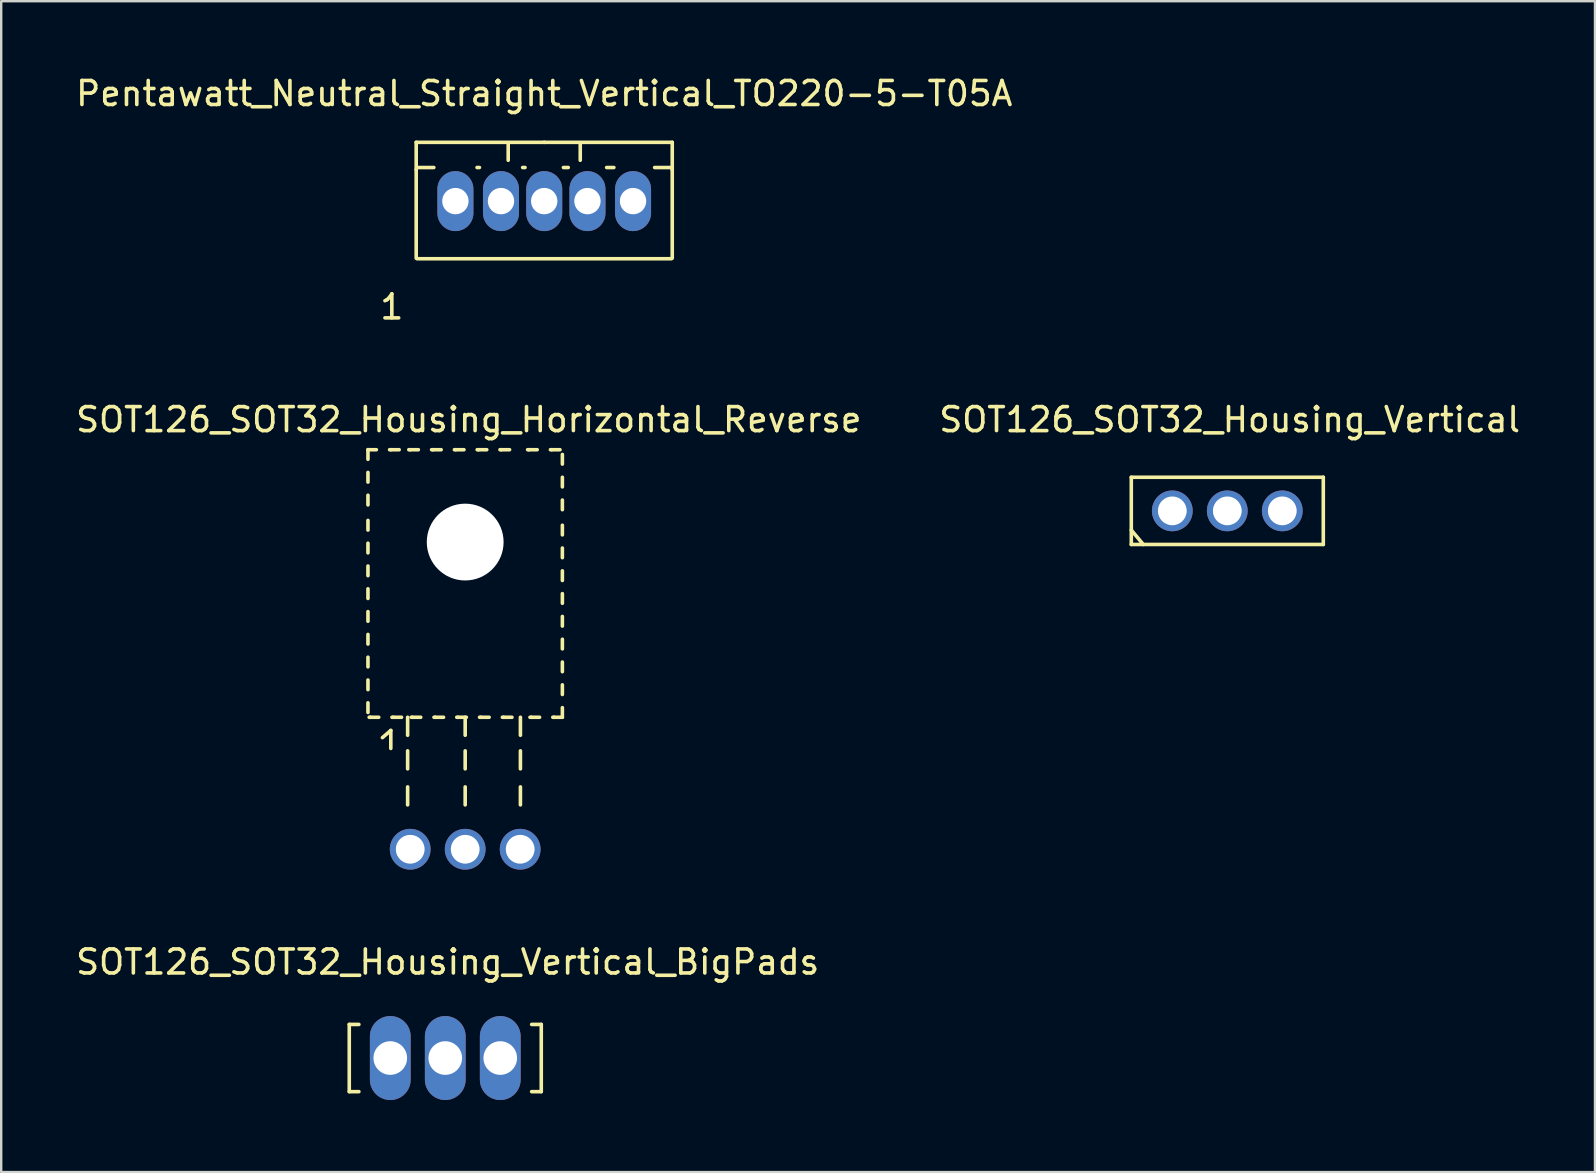
<source format=kicad_pcb>
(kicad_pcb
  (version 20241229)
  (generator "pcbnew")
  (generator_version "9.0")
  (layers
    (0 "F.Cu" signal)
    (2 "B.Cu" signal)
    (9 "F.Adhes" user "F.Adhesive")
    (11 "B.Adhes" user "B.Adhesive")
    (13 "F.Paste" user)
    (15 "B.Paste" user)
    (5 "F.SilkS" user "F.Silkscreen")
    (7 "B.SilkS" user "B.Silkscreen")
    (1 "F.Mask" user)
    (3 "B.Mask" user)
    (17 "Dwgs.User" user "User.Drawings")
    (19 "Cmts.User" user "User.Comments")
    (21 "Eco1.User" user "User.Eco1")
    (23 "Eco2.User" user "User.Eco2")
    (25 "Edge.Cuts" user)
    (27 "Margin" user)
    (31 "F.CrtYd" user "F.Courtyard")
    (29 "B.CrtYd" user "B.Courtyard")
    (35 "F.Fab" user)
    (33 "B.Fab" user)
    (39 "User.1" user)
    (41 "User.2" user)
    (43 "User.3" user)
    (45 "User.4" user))
  (footprint "Pentawatt_Neutral_Straight_Vertical_TO220-5-T05A"
    (layer "F.Cu")
    (at 19.625 5.928)
    (property "Reference" "Pentawatt_Neutral_Straight_Vertical_TO220-5-T05A" (at 0 -5.08 0) (layer "F.SilkS") (effects (font (size 1 1) (thickness 0.15))))
    (attr through_hole)
    (fp_line (start -5.334 -1.905) (end -5.334 -3.048) (stroke (width 0.15) (type solid)) (layer "F.SilkS"))
    (fp_line (start -5.334 1.778) (end -5.334 -1.905) (stroke (width 0.15) (type solid)) (layer "F.SilkS"))
    (fp_line (start -5.301 -1.999) (end -4.6 -1.999) (stroke (width 0.15) (type solid)) (layer "F.SilkS"))
    (fp_line (start -5.301 1.801) (end 5.301 1.801) (stroke (width 0.15) (type solid)) (layer "F.SilkS"))
    (fp_line (start -2.799 -1.999) (end -2.7 -1.999) (stroke (width 0.15) (type solid)) (layer "F.SilkS"))
    (fp_line (start -1.501 -3) (end -1.501 -2.301) (stroke (width 0.15) (type solid)) (layer "F.SilkS"))
    (fp_line (start -0.899 -1.999) (end -0.8 -1.999) (stroke (width 0.15) (type solid)) (layer "F.SilkS"))
    (fp_line (start 0 -3.048) (end -5.334 -3.048) (stroke (width 0.15) (type solid)) (layer "F.SilkS"))
    (fp_line (start 0 -3.048) (end 5.334 -3.048) (stroke (width 0.15) (type solid)) (layer "F.SilkS"))
    (fp_line (start 0.8 -1.999) (end 1.001 -1.999) (stroke (width 0.15) (type solid)) (layer "F.SilkS"))
    (fp_line (start 1.501 -3) (end 1.501 -2.301) (stroke (width 0.15) (type solid)) (layer "F.SilkS"))
    (fp_line (start 2.601 -1.999) (end 2.901 -1.999) (stroke (width 0.15) (type solid)) (layer "F.SilkS"))
    (fp_line (start 4.6 -1.999) (end 5.301 -1.999) (stroke (width 0.15) (type solid)) (layer "F.SilkS"))
    (fp_line (start 5.334 -3.048) (end 5.334 -1.905) (stroke (width 0.15) (type solid)) (layer "F.SilkS"))
    (fp_line (start 5.334 -1.905) (end 5.334 1.778) (stroke (width 0.15) (type solid)) (layer "F.SilkS"))
    (fp_text user "1" (at -6.35 3.81 0) (layer "F.SilkS") (effects (font (size 1 1) (thickness 0.15))))
    (pad "1" thru_hole oval (at -3.701 -0.599 90) (size 2.499 1.501) (drill 1.1) (layers "*.Cu" "*.Mask"))
    (pad "2" thru_hole oval (at -1.801 -0.599 90) (size 2.499 1.501) (drill 1.1) (layers "*.Cu" "*.Mask"))
    (pad "3" thru_hole oval (at 0 -0.599 90) (size 2.499 1.501) (drill 1.1) (layers "*.Cu" "*.Mask"))
    (pad "4" thru_hole oval (at 1.801 -0.599 90) (size 2.499 1.501) (drill 1.1) (layers "*.Cu" "*.Mask"))
    (pad "5" thru_hole oval (at 3.701 -0.599 90) (size 2.499 1.501) (drill 1.1) (layers "*.Cu" "*.Mask")))
  (footprint "SOT126_SOT32_Housing_Vertical_BigPads"
    (layer "F.Cu")
    (at 15.502 41.033)
    (property "Reference" "SOT126_SOT32_Housing_Vertical_BigPads" (at 0.099 -4 0) (layer "F.SilkS") (effects (font (size 1 1) (thickness 0.15))))
    (attr through_hole)
    (fp_line (start -4 -1.4) (end -4 1.4) (stroke (width 0.15) (type solid)) (layer "F.SilkS"))
    (fp_line (start -4 -1.4) (end -3.599 -1.4) (stroke (width 0.15) (type solid)) (layer "F.SilkS"))
    (fp_line (start -4 1.4) (end -3.599 1.4) (stroke (width 0.15) (type solid)) (layer "F.SilkS"))
    (fp_line (start 4 -1.4) (end 3.599 -1.4) (stroke (width 0.15) (type solid)) (layer "F.SilkS"))
    (fp_line (start 4 -1.4) (end 4 1.4) (stroke (width 0.15) (type solid)) (layer "F.SilkS"))
    (fp_line (start 4 1.4) (end 3.599 1.4) (stroke (width 0.15) (type solid)) (layer "F.SilkS"))
    (pad "1" thru_hole oval (at -2.291 0) (size 1.699 3.5) (drill 1.4) (layers "*.Cu" "*.Mask"))
    (pad "2" thru_hole oval (at 0 0) (size 1.699 3.5) (drill 1.4) (layers "*.Cu" "*.Mask"))
    (pad "3" thru_hole oval (at 2.291 0) (size 1.699 3.5) (drill 1.4) (layers "*.Cu" "*.Mask")))
  (footprint "SOT126_SOT32_Housing_Vertical"
    (layer "F.Cu")
    (at 48.085 18.235)
    (property "Reference" "SOT126_SOT32_Housing_Vertical" (at 0.099 -3.8 0) (layer "F.SilkS") (effects (font (size 1 1) (thickness 0.15))))
    (attr through_hole)
    (fp_line (start -4 -1.4) (end -4 1.4) (stroke (width 0.15) (type solid)) (layer "F.SilkS"))
    (fp_line (start -4 -1.4) (end 4 -1.4) (stroke (width 0.15) (type solid)) (layer "F.SilkS"))
    (fp_line (start -4 0.8) (end -3.5 1.4) (stroke (width 0.15) (type solid)) (layer "F.SilkS"))
    (fp_line (start -4 1.4) (end 4 1.4) (stroke (width 0.15) (type solid)) (layer "F.SilkS"))
    (fp_line (start 4 -1.4) (end 4 1.4) (stroke (width 0.15) (type solid)) (layer "F.SilkS"))
    (pad "1" thru_hole circle (at -2.291 0) (size 1.699 1.699) (drill 1.199) (layers "*.Cu" "*.Mask"))
    (pad "2" thru_hole circle (at 0 0) (size 1.699 1.699) (drill 1.199) (layers "*.Cu" "*.Mask"))
    (pad "3" thru_hole circle (at 2.291 0) (size 1.699 1.699) (drill 1.199) (layers "*.Cu" "*.Mask")))
  (footprint "SOT126_SOT32_Housing_Horizontal_Reverse"
    (layer "F.Cu")
    (at 16.332 32.334)
    (property "Reference" "SOT126_SOT32_Housing_Horizontal_Reverse" (at 0.15 -17.899 0) (layer "F.SilkS") (effects (font (size 1 1) (thickness 0.15))))
    (attr through_hole)
    (fp_line (start -4.051 -16.248) (end -4.051 -16.65) (stroke (width 0.15) (type solid)) (layer "F.SilkS"))
    (fp_line (start -4.051 -15.298) (end -4.051 -15.7) (stroke (width 0.15) (type solid)) (layer "F.SilkS"))
    (fp_line (start -4.051 -14.348) (end -4.051 -14.75) (stroke (width 0.15) (type solid)) (layer "F.SilkS"))
    (fp_line (start -4.051 -13.299) (end -4.051 -13.701) (stroke (width 0.15) (type solid)) (layer "F.SilkS"))
    (fp_line (start -4.051 -12.349) (end -4.051 -12.751) (stroke (width 0.15) (type solid)) (layer "F.SilkS"))
    (fp_line (start -4.051 -11.4) (end -4.051 -11.801) (stroke (width 0.15) (type solid)) (layer "F.SilkS"))
    (fp_line (start -4.051 -10.45) (end -4.051 -10.851) (stroke (width 0.15) (type solid)) (layer "F.SilkS"))
    (fp_line (start -4.051 -9.5) (end -4.051 -9.901) (stroke (width 0.15) (type solid)) (layer "F.SilkS"))
    (fp_line (start -4.051 -8.55) (end -4.051 -8.951) (stroke (width 0.15) (type solid)) (layer "F.SilkS"))
    (fp_line (start -4.051 -7.6) (end -4.051 -8.001) (stroke (width 0.15) (type solid)) (layer "F.SilkS"))
    (fp_line (start -4.051 -6.65) (end -4.051 -7.051) (stroke (width 0.15) (type solid)) (layer "F.SilkS"))
    (fp_line (start -4.051 -5.7) (end -4.051 -6.101) (stroke (width 0.15) (type solid)) (layer "F.SilkS"))
    (fp_line (start -3.95 -5.499) (end -4 -5.499) (stroke (width 0.15) (type solid)) (layer "F.SilkS"))
    (fp_line (start -3.701 -16.647) (end -4.049 -16.647) (stroke (width 0.15) (type solid)) (layer "F.SilkS"))
    (fp_line (start -3.602 -5.499) (end -3.95 -5.499) (stroke (width 0.15) (type solid)) (layer "F.SilkS"))
    (fp_line (start -3.449 -4.651) (end -3.099 -4.95) (stroke (width 0.15) (type solid)) (layer "F.SilkS"))
    (fp_line (start -3.099 -16.647) (end -3.15 -16.647) (stroke (width 0.15) (type solid)) (layer "F.SilkS"))
    (fp_line (start -3.099 -4.95) (end -3.099 -4.201) (stroke (width 0.15) (type solid)) (layer "F.SilkS"))
    (fp_line (start -3 -5.499) (end -3.051 -5.499) (stroke (width 0.15) (type solid)) (layer "F.SilkS"))
    (fp_line (start -2.751 -16.647) (end -3.099 -16.647) (stroke (width 0.15) (type solid)) (layer "F.SilkS"))
    (fp_line (start -2.652 -5.499) (end -3 -5.499) (stroke (width 0.15) (type solid)) (layer "F.SilkS"))
    (fp_line (start -2.398 -5.499) (end -2.398 -4.75) (stroke (width 0.15) (type solid)) (layer "F.SilkS"))
    (fp_line (start -2.398 -4.1) (end -2.398 -3.35) (stroke (width 0.15) (type solid)) (layer "F.SilkS"))
    (fp_line (start -2.398 -2.598) (end -2.398 -1.849) (stroke (width 0.15) (type solid)) (layer "F.SilkS"))
    (fp_line (start -2.299 -16.647) (end -2.349 -16.647) (stroke (width 0.15) (type solid)) (layer "F.SilkS"))
    (fp_line (start -2.2 -5.499) (end -2.25 -5.499) (stroke (width 0.15) (type solid)) (layer "F.SilkS"))
    (fp_line (start -1.951 -16.647) (end -2.299 -16.647) (stroke (width 0.15) (type solid)) (layer "F.SilkS"))
    (fp_line (start -1.852 -5.499) (end -2.2 -5.499) (stroke (width 0.15) (type solid)) (layer "F.SilkS"))
    (fp_line (start -1.349 -16.647) (end -1.4 -16.647) (stroke (width 0.15) (type solid)) (layer "F.SilkS"))
    (fp_line (start -1.25 -5.499) (end -1.3 -5.499) (stroke (width 0.15) (type solid)) (layer "F.SilkS"))
    (fp_line (start -1.001 -16.647) (end -1.349 -16.647) (stroke (width 0.15) (type solid)) (layer "F.SilkS"))
    (fp_line (start -0.902 -5.499) (end -1.25 -5.499) (stroke (width 0.15) (type solid)) (layer "F.SilkS"))
    (fp_line (start -0.399 -16.647) (end -0.45 -16.647) (stroke (width 0.15) (type solid)) (layer "F.SilkS"))
    (fp_line (start -0.3 -5.499) (end -0.351 -5.499) (stroke (width 0.15) (type solid)) (layer "F.SilkS"))
    (fp_line (start -0.051 -16.647) (end -0.399 -16.647) (stroke (width 0.15) (type solid)) (layer "F.SilkS"))
    (fp_line (start 0 -5.499) (end 0 -4.75) (stroke (width 0.15) (type solid)) (layer "F.SilkS"))
    (fp_line (start 0 -4.1) (end 0 -3.35) (stroke (width 0.15) (type solid)) (layer "F.SilkS"))
    (fp_line (start 0 -2.598) (end 0 -1.849) (stroke (width 0.15) (type solid)) (layer "F.SilkS"))
    (fp_line (start 0.048 -5.499) (end -0.3 -5.499) (stroke (width 0.15) (type solid)) (layer "F.SilkS"))
    (fp_line (start 0.551 -16.647) (end 0.5 -16.647) (stroke (width 0.15) (type solid)) (layer "F.SilkS"))
    (fp_line (start 0.65 -5.499) (end 0.599 -5.499) (stroke (width 0.15) (type solid)) (layer "F.SilkS"))
    (fp_line (start 0.899 -16.647) (end 0.551 -16.647) (stroke (width 0.15) (type solid)) (layer "F.SilkS"))
    (fp_line (start 0.998 -5.499) (end 0.65 -5.499) (stroke (width 0.15) (type solid)) (layer "F.SilkS"))
    (fp_line (start 1.501 -16.647) (end 1.45 -16.647) (stroke (width 0.15) (type solid)) (layer "F.SilkS"))
    (fp_line (start 1.6 -5.499) (end 1.549 -5.499) (stroke (width 0.15) (type solid)) (layer "F.SilkS"))
    (fp_line (start 1.849 -16.647) (end 1.501 -16.647) (stroke (width 0.15) (type solid)) (layer "F.SilkS"))
    (fp_line (start 1.948 -5.499) (end 1.6 -5.499) (stroke (width 0.15) (type solid)) (layer "F.SilkS"))
    (fp_line (start 2.301 -5.499) (end 2.301 -4.75) (stroke (width 0.15) (type solid)) (layer "F.SilkS"))
    (fp_line (start 2.301 -4.1) (end 2.301 -3.35) (stroke (width 0.15) (type solid)) (layer "F.SilkS"))
    (fp_line (start 2.301 -2.598) (end 2.301 -1.849) (stroke (width 0.15) (type solid)) (layer "F.SilkS"))
    (fp_line (start 2.652 -16.647) (end 2.601 -16.647) (stroke (width 0.15) (type solid)) (layer "F.SilkS"))
    (fp_line (start 2.751 -5.499) (end 2.7 -5.499) (stroke (width 0.15) (type solid)) (layer "F.SilkS"))
    (fp_line (start 3 -16.647) (end 2.652 -16.647) (stroke (width 0.15) (type solid)) (layer "F.SilkS"))
    (fp_line (start 3.099 -5.499) (end 2.751 -5.499) (stroke (width 0.15) (type solid)) (layer "F.SilkS"))
    (fp_line (start 3.602 -16.647) (end 3.551 -16.647) (stroke (width 0.15) (type solid)) (layer "F.SilkS"))
    (fp_line (start 3.701 -5.499) (end 3.65 -5.499) (stroke (width 0.15) (type solid)) (layer "F.SilkS"))
    (fp_line (start 3.95 -16.647) (end 3.602 -16.647) (stroke (width 0.15) (type solid)) (layer "F.SilkS"))
    (fp_line (start 4.049 -16.048) (end 4.049 -16.449) (stroke (width 0.15) (type solid)) (layer "F.SilkS"))
    (fp_line (start 4.049 -15.098) (end 4.049 -15.499) (stroke (width 0.15) (type solid)) (layer "F.SilkS"))
    (fp_line (start 4.049 -14.148) (end 4.049 -14.549) (stroke (width 0.15) (type solid)) (layer "F.SilkS"))
    (fp_line (start 4.049 -13.099) (end 4.049 -13.5) (stroke (width 0.15) (type solid)) (layer "F.SilkS"))
    (fp_line (start 4.049 -12.149) (end 4.049 -12.55) (stroke (width 0.15) (type solid)) (layer "F.SilkS"))
    (fp_line (start 4.049 -11.199) (end 4.049 -11.6) (stroke (width 0.15) (type solid)) (layer "F.SilkS"))
    (fp_line (start 4.049 -10.249) (end 4.049 -10.65) (stroke (width 0.15) (type solid)) (layer "F.SilkS"))
    (fp_line (start 4.049 -9.299) (end 4.049 -9.7) (stroke (width 0.15) (type solid)) (layer "F.SilkS"))
    (fp_line (start 4.049 -8.349) (end 4.049 -8.75) (stroke (width 0.15) (type solid)) (layer "F.SilkS"))
    (fp_line (start 4.049 -7.399) (end 4.049 -7.8) (stroke (width 0.15) (type solid)) (layer "F.SilkS"))
    (fp_line (start 4.049 -6.449) (end 4.049 -6.85) (stroke (width 0.15) (type solid)) (layer "F.SilkS"))
    (fp_line (start 4.049 -5.499) (end 3.701 -5.499) (stroke (width 0.15) (type solid)) (layer "F.SilkS"))
    (fp_line (start 4.049 -5.499) (end 4.049 -5.9) (stroke (width 0.15) (type solid)) (layer "F.SilkS"))
    (pad "" np_thru_hole circle (at 0 -12.799) (size 3.2 3.2) (drill 3.2) (layers "*.Cu" "*.Mask"))
    (pad "1" thru_hole circle (at -2.291 0) (size 1.699 1.699) (drill 1.199) (layers "*.Cu" "*.Mask"))
    (pad "2" thru_hole circle (at 0 0) (size 1.699 1.699) (drill 1.199) (layers "*.Cu" "*.Mask"))
    (pad "3" thru_hole circle (at 2.291 0) (size 1.699 1.699) (drill 1.199) (layers "*.Cu" "*.Mask")))
  (gr_rect
    (start -3 -3)
    (end 63.405 45.783)
    (stroke (width 0.1) (type default))
    (fill no)
    (layer "Edge.Cuts")))
</source>
